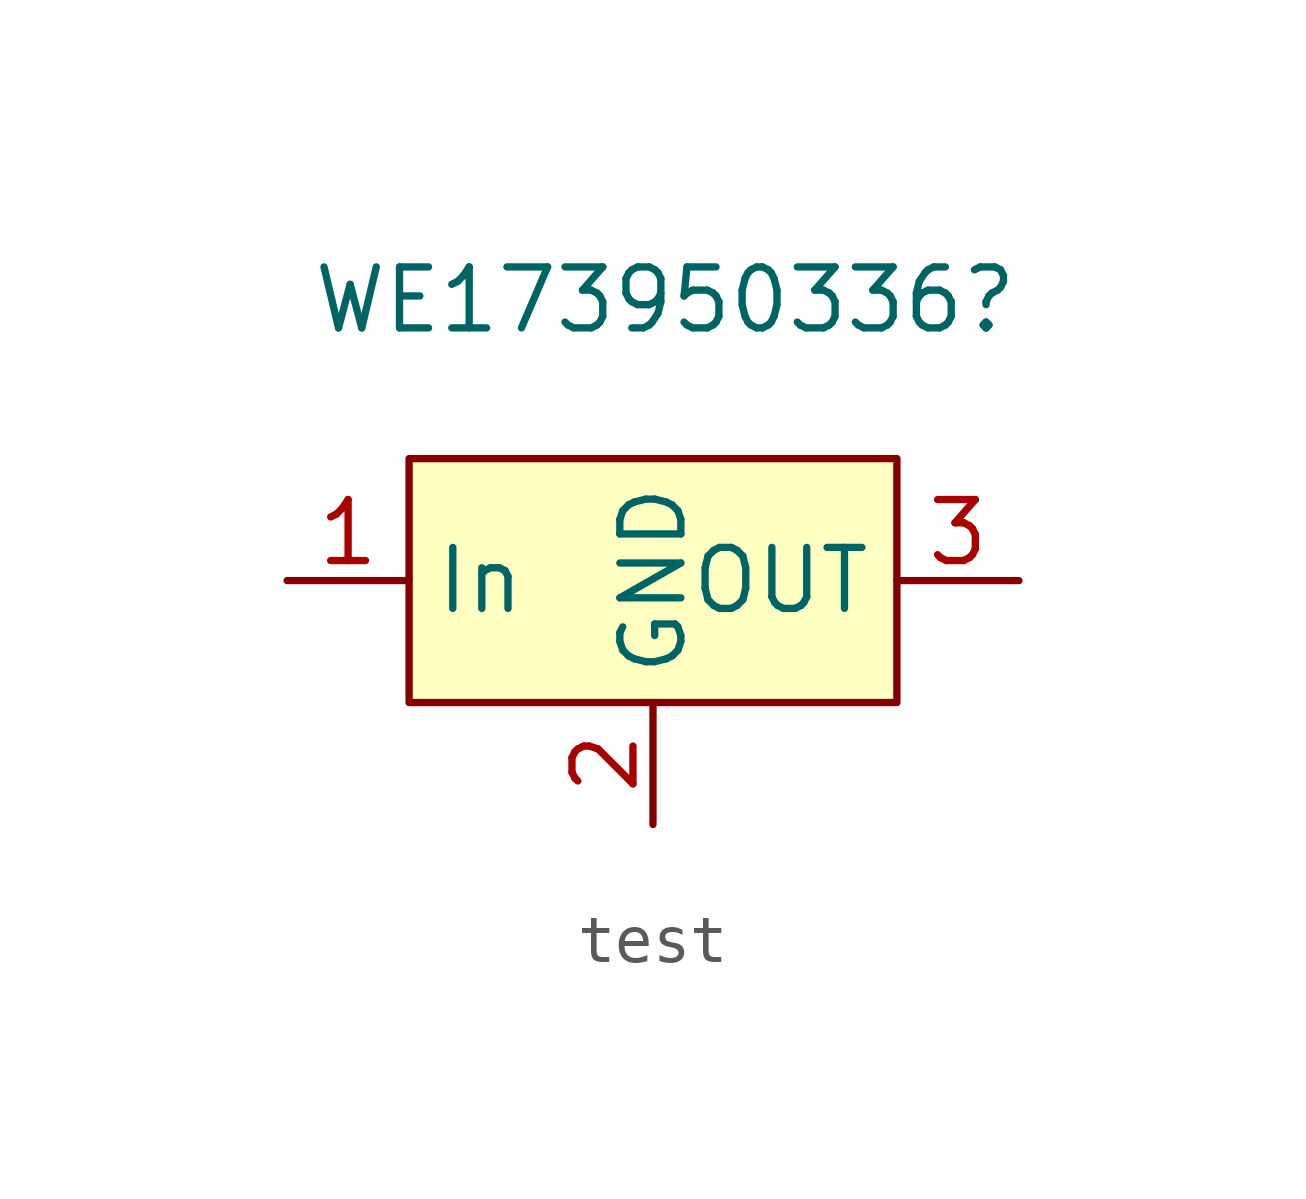
<source format=kicad_sym>
(kicad_symbol_lib
  (version 20231120)
  (generator "kicad_symbol_editor")
  (generator_version "8.0")
  (symbol "test"
    (property "Reference" "WE173950336"
      (at 0.254 5.842 0)
      (effects (font (size 1.27 1.27))))
    (property "Value" ""
      (at -1.27 0 0)
      (effects (font (size 1.27 1.27))))
    (symbol "test_1_1"
      (rectangle (start -5.08 2.54) (end 5.08 -2.54) (stroke (width 0) (type default)) (fill (type background)))
      (pin input line (at -7.62 0 0) (length 2.54) (name "In" (effects (font (size 1.27 1.27)))) (number "1" (effects (font (size 1.27 1.27)))))
      (pin input line (at 0 -5.08 90) (length 2.54) (name "GND" (effects (font (size 1.27 1.27)))) (number "2" (effects (font (size 1.27 1.27)))))
      (pin output line (at 7.62 0 180) (length 2.54) (name "OUT" (effects (font (size 1.27 1.27)))) (number "3" (effects (font (size 1.27 1.27))))))))
</source>
